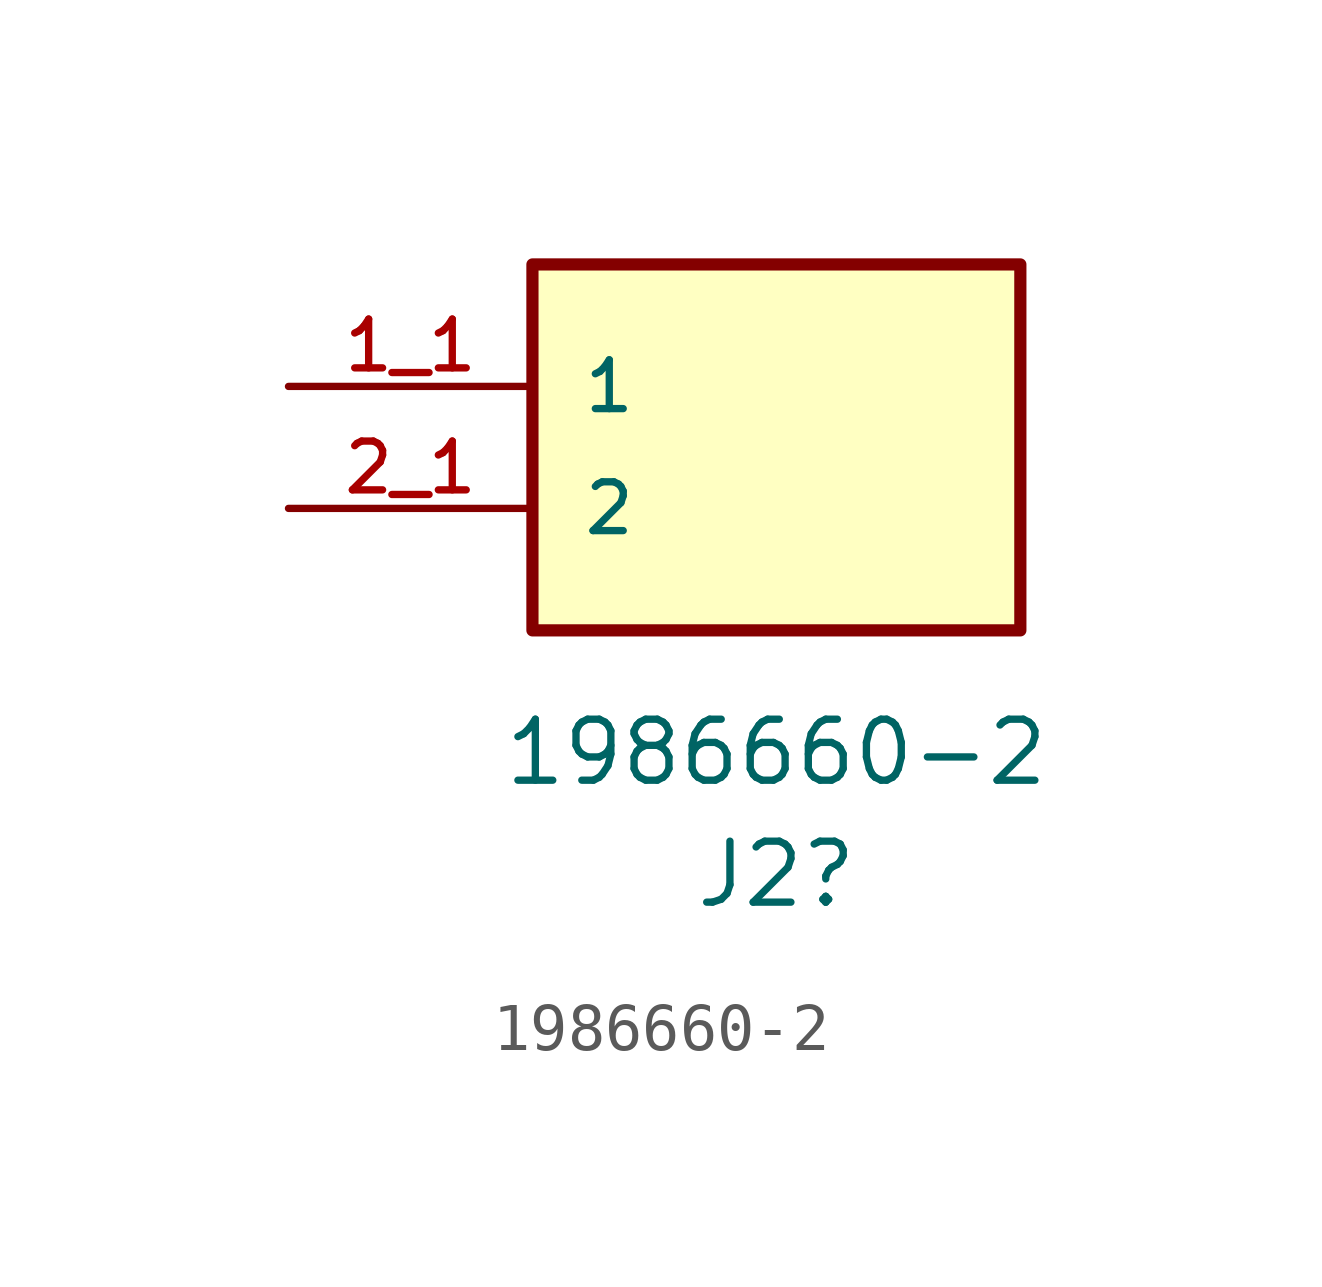
<source format=kicad_sym>
(kicad_symbol_lib
  (version 20220914)
  (generator kicad_symbol_editor)
  (symbol "1986660-2"
    (pin_names
      (offset 1.016))
    (property "Reference" "J2"
      (at 0 -7.62 0)
      (effects (font (size 1.27 1.27))))
    (property "Value" "1986660-2"
      (at 0 -5.08 0)
      (effects (font (size 1.27 1.27))))
    (symbol "1986660-2_0_0"
      (rectangle (start -5.08 -2.54) (end 5.08 5.08) (stroke (width 0.254) (type default)) (fill (type background)))
      (pin passive line (at -10.16 2.54 0) (length 5.08) (name "1" (effects (font (size 1.016 1.016)))) (number "1_1" (effects (font (size 1.016 1.016)))))
      (pin passive line (at -10.16 0 0) (length 5.08) (name "2" (effects (font (size 1.016 1.016)))) (number "2_1" (effects (font (size 1.016 1.016))))))))
</source>
